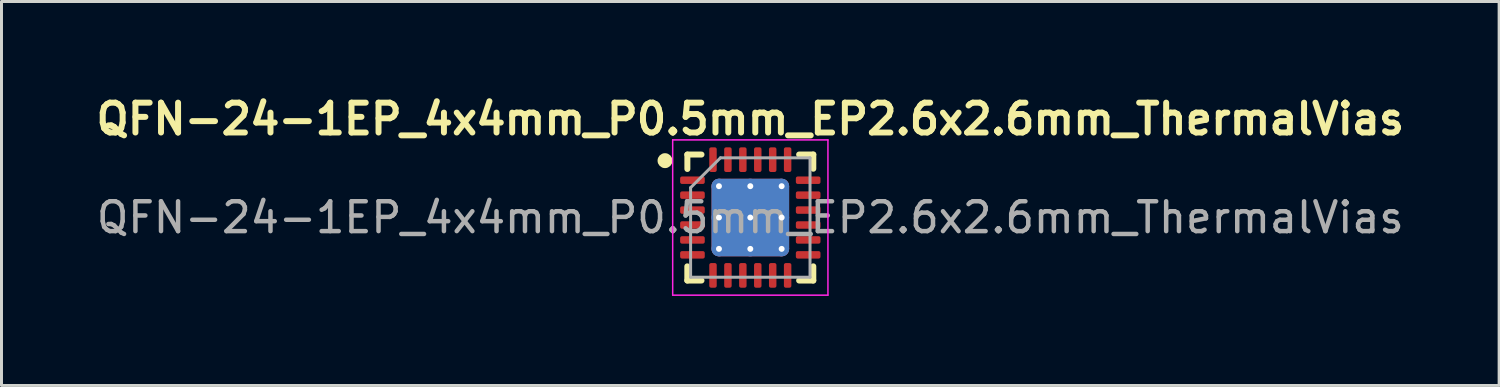
<source format=kicad_pcb>
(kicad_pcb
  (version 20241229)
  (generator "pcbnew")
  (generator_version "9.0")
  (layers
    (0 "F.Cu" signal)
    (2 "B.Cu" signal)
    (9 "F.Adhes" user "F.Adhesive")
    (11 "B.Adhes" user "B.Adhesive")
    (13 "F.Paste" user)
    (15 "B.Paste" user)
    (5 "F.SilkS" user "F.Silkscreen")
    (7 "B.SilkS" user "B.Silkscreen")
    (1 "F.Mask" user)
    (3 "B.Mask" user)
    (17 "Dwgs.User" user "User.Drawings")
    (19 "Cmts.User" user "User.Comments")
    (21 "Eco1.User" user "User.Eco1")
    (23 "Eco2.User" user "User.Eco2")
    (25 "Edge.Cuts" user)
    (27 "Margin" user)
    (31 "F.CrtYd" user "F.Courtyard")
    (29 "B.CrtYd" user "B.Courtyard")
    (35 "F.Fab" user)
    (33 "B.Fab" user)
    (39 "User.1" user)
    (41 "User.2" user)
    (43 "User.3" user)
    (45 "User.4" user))
  (footprint "QFN-24-1EP_4x4mm_P0.5mm_EP2.6x2.6mm_ThermalVias"
    (layer "F.Cu")
    (at 22.081 4.236)
    (property "Reference" "QFN-24-1EP_4x4mm_P0.5mm_EP2.6x2.6mm_ThermalVias" (at 0 -3.3 0) (layer "F.SilkS") (effects (font (size 1 1) (thickness 0.2))))
    (attr smd)
    (fp_line (start -2.11 2.11) (end -2.11 1.635) (stroke (width 0.2) (type solid)) (layer "F.SilkS"))
    (fp_line (start -2.108 -2.108) (end -2.108 -1.626) (stroke (width 0.2) (type solid)) (layer "F.SilkS"))
    (fp_line (start -1.635 -2.11) (end -2.11 -2.11) (stroke (width 0.2) (type solid)) (layer "F.SilkS"))
    (fp_line (start -1.635 2.11) (end -2.11 2.11) (stroke (width 0.2) (type solid)) (layer "F.SilkS"))
    (fp_line (start 1.635 -2.11) (end 2.11 -2.11) (stroke (width 0.2) (type solid)) (layer "F.SilkS"))
    (fp_line (start 1.635 2.11) (end 2.11 2.11) (stroke (width 0.2) (type solid)) (layer "F.SilkS"))
    (fp_line (start 2.11 -2.11) (end 2.11 -1.635) (stroke (width 0.2) (type solid)) (layer "F.SilkS"))
    (fp_line (start 2.11 2.11) (end 2.11 1.635) (stroke (width 0.2) (type solid)) (layer "F.SilkS"))
    (fp_circle (center -2.857 -1.905) (end -2.732 -1.905) (stroke (width 0.25) (type solid)) (fill no) (layer "F.SilkS"))
    (fp_line (start -2.6 -2.6) (end -2.6 2.6) (stroke (width 0.05) (type solid)) (layer "F.CrtYd"))
    (fp_line (start -2.6 2.6) (end 2.6 2.6) (stroke (width 0.05) (type solid)) (layer "F.CrtYd"))
    (fp_line (start 2.6 -2.6) (end -2.6 -2.6) (stroke (width 0.05) (type solid)) (layer "F.CrtYd"))
    (fp_line (start 2.6 2.6) (end 2.6 -2.6) (stroke (width 0.05) (type solid)) (layer "F.CrtYd"))
    (fp_line (start -2 -1) (end -1 -2) (stroke (width 0.1) (type solid)) (layer "F.Fab"))
    (fp_line (start -2 2) (end -2 -1) (stroke (width 0.1) (type solid)) (layer "F.Fab"))
    (fp_line (start -1 -2) (end 2 -2) (stroke (width 0.1) (type solid)) (layer "F.Fab"))
    (fp_line (start 2 -2) (end 2 2) (stroke (width 0.1) (type solid)) (layer "F.Fab"))
    (fp_line (start 2 2) (end -2 2) (stroke (width 0.1) (type solid)) (layer "F.Fab"))
    (fp_text user "${REFERENCE}" (at 0 0 0) (layer "F.Fab") (effects (font (size 1 1) (thickness 0.15))))
    (pad "" smd roundrect (at -0.65 -0.65) (size 1.13 1.13) (layers "F.Paste") (roundrect_rratio 0.221))
    (pad "" smd roundrect (at -0.65 0.65) (size 1.13 1.13) (layers "F.Paste") (roundrect_rratio 0.221))
    (pad "" smd roundrect (at 0.65 -0.65) (size 1.13 1.13) (layers "F.Paste") (roundrect_rratio 0.221))
    (pad "" smd roundrect (at 0.65 0.65) (size 1.13 1.13) (layers "F.Paste") (roundrect_rratio 0.221))
    (pad "1" smd roundrect (at -1.938 -1.25) (size 0.825 0.25) (layers "F.Cu" "F.Mask" "F.Paste") (roundrect_rratio 0.25))
    (pad "2" smd roundrect (at -1.938 -0.75) (size 0.825 0.25) (layers "F.Cu" "F.Mask" "F.Paste") (roundrect_rratio 0.25))
    (pad "3" smd roundrect (at -1.938 -0.25) (size 0.825 0.25) (layers "F.Cu" "F.Mask" "F.Paste") (roundrect_rratio 0.25))
    (pad "4" smd roundrect (at -1.938 0.25) (size 0.825 0.25) (layers "F.Cu" "F.Mask" "F.Paste") (roundrect_rratio 0.25))
    (pad "5" smd roundrect (at -1.938 0.75) (size 0.825 0.25) (layers "F.Cu" "F.Mask" "F.Paste") (roundrect_rratio 0.25))
    (pad "6" smd roundrect (at -1.938 1.25) (size 0.825 0.25) (layers "F.Cu" "F.Mask" "F.Paste") (roundrect_rratio 0.25))
    (pad "7" smd roundrect (at -1.25 1.938) (size 0.25 0.825) (layers "F.Cu" "F.Mask" "F.Paste") (roundrect_rratio 0.25))
    (pad "8" smd roundrect (at -0.75 1.938) (size 0.25 0.825) (layers "F.Cu" "F.Mask" "F.Paste") (roundrect_rratio 0.25))
    (pad "9" smd roundrect (at -0.25 1.938) (size 0.25 0.825) (layers "F.Cu" "F.Mask" "F.Paste") (roundrect_rratio 0.25))
    (pad "10" smd roundrect (at 0.25 1.938) (size 0.25 0.825) (layers "F.Cu" "F.Mask" "F.Paste") (roundrect_rratio 0.25))
    (pad "11" smd roundrect (at 0.75 1.938) (size 0.25 0.825) (layers "F.Cu" "F.Mask" "F.Paste") (roundrect_rratio 0.25))
    (pad "12" smd roundrect (at 1.25 1.938) (size 0.25 0.825) (layers "F.Cu" "F.Mask" "F.Paste") (roundrect_rratio 0.25))
    (pad "13" smd roundrect (at 1.938 1.25) (size 0.825 0.25) (layers "F.Cu" "F.Mask" "F.Paste") (roundrect_rratio 0.25))
    (pad "14" smd roundrect (at 1.938 0.75) (size 0.825 0.25) (layers "F.Cu" "F.Mask" "F.Paste") (roundrect_rratio 0.25))
    (pad "15" smd roundrect (at 1.938 0.25) (size 0.825 0.25) (layers "F.Cu" "F.Mask" "F.Paste") (roundrect_rratio 0.25))
    (pad "16" smd roundrect (at 1.938 -0.25) (size 0.825 0.25) (layers "F.Cu" "F.Mask" "F.Paste") (roundrect_rratio 0.25))
    (pad "17" smd roundrect (at 1.938 -0.75) (size 0.825 0.25) (layers "F.Cu" "F.Mask" "F.Paste") (roundrect_rratio 0.25))
    (pad "18" smd roundrect (at 1.938 -1.25) (size 0.825 0.25) (layers "F.Cu" "F.Mask" "F.Paste") (roundrect_rratio 0.25))
    (pad "19" smd roundrect (at 1.25 -1.938) (size 0.25 0.825) (layers "F.Cu" "F.Mask" "F.Paste") (roundrect_rratio 0.25))
    (pad "20" smd roundrect (at 0.75 -1.938) (size 0.25 0.825) (layers "F.Cu" "F.Mask" "F.Paste") (roundrect_rratio 0.25))
    (pad "21" smd roundrect (at 0.25 -1.938) (size 0.25 0.825) (layers "F.Cu" "F.Mask" "F.Paste") (roundrect_rratio 0.25))
    (pad "22" smd roundrect (at -0.25 -1.938) (size 0.25 0.825) (layers "F.Cu" "F.Mask" "F.Paste") (roundrect_rratio 0.25))
    (pad "23" smd roundrect (at -0.75 -1.938) (size 0.25 0.825) (layers "F.Cu" "F.Mask" "F.Paste") (roundrect_rratio 0.25))
    (pad "24" smd roundrect (at -1.25 -1.938) (size 0.25 0.825) (layers "F.Cu" "F.Mask" "F.Paste") (roundrect_rratio 0.25))
    (pad "25" thru_hole circle (at -1.05 -1.05) (size 0.5 0.5) (drill 0.2) (layers "*.Cu"))
    (pad "25" thru_hole circle (at -1.05 0) (size 0.5 0.5) (drill 0.2) (layers "*.Cu"))
    (pad "25" thru_hole circle (at -1.05 1.05) (size 0.5 0.5) (drill 0.2) (layers "*.Cu"))
    (pad "25" thru_hole circle (at 0 -1.05) (size 0.5 0.5) (drill 0.2) (layers "*.Cu"))
    (pad "25" thru_hole circle (at 0 0) (size 0.5 0.5) (drill 0.2) (layers "*.Cu"))
    (pad "25" smd roundrect (at 0 0) (size 2.6 2.6) (layers "F.Cu" "F.Mask") (roundrect_rratio 0.096))
    (pad "25" smd roundrect (at 0 0) (size 2.6 2.6) (layers "B.Cu") (roundrect_rratio 0.096))
    (pad "25" thru_hole circle (at 0 1.05) (size 0.5 0.5) (drill 0.2) (layers "*.Cu"))
    (pad "25" thru_hole circle (at 1.05 -1.05) (size 0.5 0.5) (drill 0.2) (layers "*.Cu"))
    (pad "25" thru_hole circle (at 1.05 0) (size 0.5 0.5) (drill 0.2) (layers "*.Cu"))
    (pad "25" thru_hole circle (at 1.05 1.05) (size 0.5 0.5) (drill 0.2) (layers "*.Cu")))
  (gr_rect
    (start -3 -3)
    (end 47.162 9.861)
    (stroke (width 0.1) (type default))
    (fill no)
    (layer "Edge.Cuts")))
</source>
